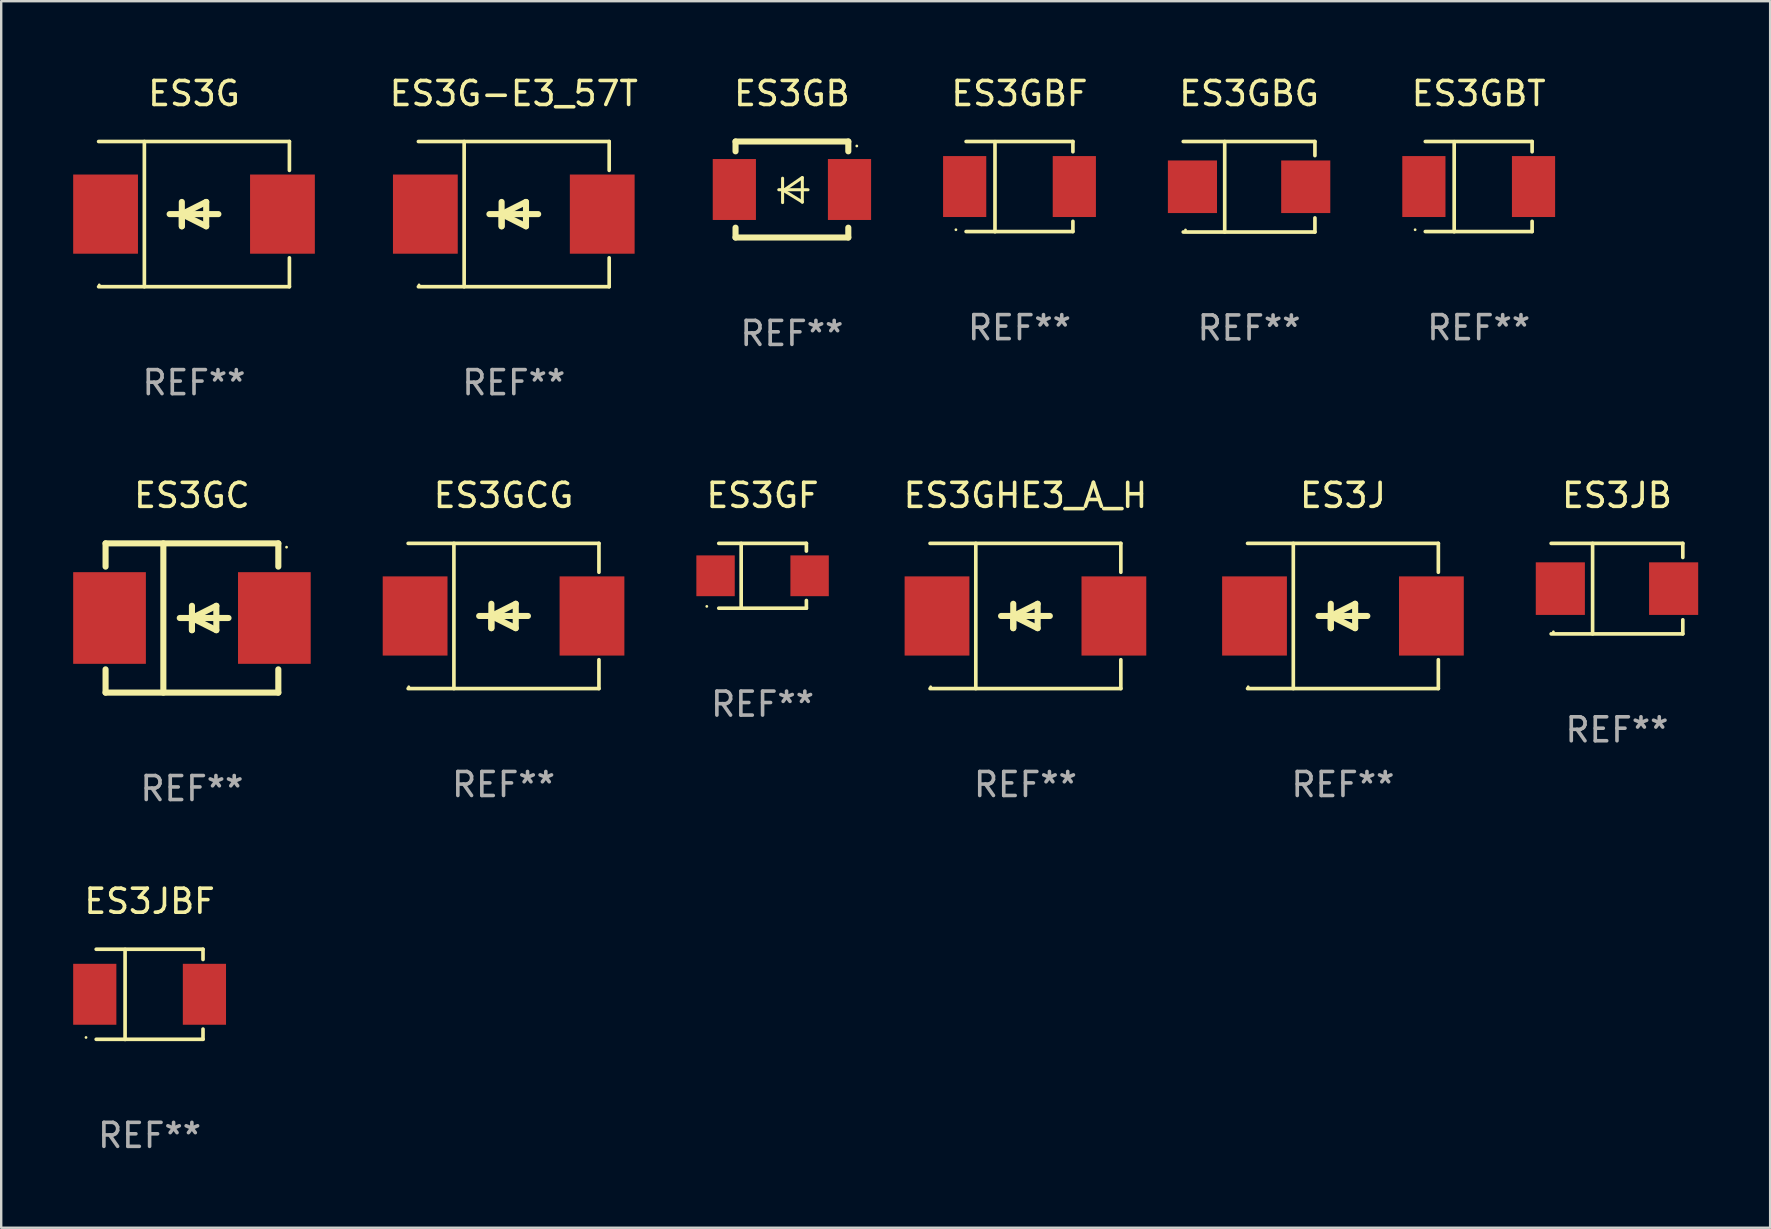
<source format=kicad_pcb>
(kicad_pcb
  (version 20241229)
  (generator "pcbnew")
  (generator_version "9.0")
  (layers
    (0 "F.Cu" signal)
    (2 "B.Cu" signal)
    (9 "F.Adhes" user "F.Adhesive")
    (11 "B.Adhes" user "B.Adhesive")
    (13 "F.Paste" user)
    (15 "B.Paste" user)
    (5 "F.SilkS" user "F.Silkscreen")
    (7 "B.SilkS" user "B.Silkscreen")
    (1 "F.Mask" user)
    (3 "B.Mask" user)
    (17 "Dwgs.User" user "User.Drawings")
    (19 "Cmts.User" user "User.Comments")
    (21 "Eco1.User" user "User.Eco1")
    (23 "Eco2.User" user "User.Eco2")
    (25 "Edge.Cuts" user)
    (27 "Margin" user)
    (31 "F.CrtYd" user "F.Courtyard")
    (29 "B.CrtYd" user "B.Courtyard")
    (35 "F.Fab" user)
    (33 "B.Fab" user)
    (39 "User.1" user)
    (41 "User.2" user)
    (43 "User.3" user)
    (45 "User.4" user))
  (footprint "ES3JB"
    (layer "F.Cu")
    (at 64.343 21.483)
    (property "Reference" "ES3JB" (at 0 -3.886 0) (layer "F.SilkS") (effects (font (size 1 1) (thickness 0.15))))
    (attr through_hole)
    (fp_line (start -2.744 -1.886) (end 2.744 -1.886) (stroke (width 0.152) (type solid)) (layer "F.SilkS"))
    (fp_line (start -2.744 1.886) (end 2.744 1.886) (stroke (width 0.152) (type solid)) (layer "F.SilkS"))
    (fp_line (start -1.016 -1.886) (end -1.016 1.886) (stroke (width 0.152) (type solid)) (layer "F.SilkS"))
    (fp_line (start 2.744 -1.886) (end 2.744 -1.299) (stroke (width 0.152) (type solid)) (layer "F.SilkS"))
    (fp_line (start 2.744 1.886) (end 2.744 1.299) (stroke (width 0.152) (type solid)) (layer "F.SilkS"))
    (fp_circle (center -2.65 1.8) (end -2.62 1.8) (stroke (width 0.06) (type solid)) (fill no) (layer "F.SilkS"))
    (fp_text user "REF**" (at 0 5.886 0) (layer "F.Fab") (effects (font (size 1 1) (thickness 0.15))))
    (pad "1" smd rect (at -2.361 0) (size 2.047 2.192) (layers "F.Cu" "F.Mask" "F.Paste"))
    (pad "2" smd rect (at 2.361 0) (size 2.047 2.192) (layers "F.Cu" "F.Mask" "F.Paste")))
  (footprint "ES3GC"
    (layer "F.Cu")
    (at 4.95 22.707)
    (property "Reference" "ES3GC" (at 0 -5.11 0) (layer "F.SilkS") (effects (font (size 1 1) (thickness 0.15))))
    (attr through_hole)
    (fp_line (start -3.6 -3.11) (end -3.6 -2.141) (stroke (width 0.254) (type solid)) (layer "F.SilkS"))
    (fp_line (start -3.6 -3.11) (end 3.6 -3.11) (stroke (width 0.254) (type solid)) (layer "F.SilkS"))
    (fp_line (start -3.6 2.141) (end -3.6 3.11) (stroke (width 0.254) (type solid)) (layer "F.SilkS"))
    (fp_line (start -3.6 3.11) (end 3.6 3.11) (stroke (width 0.254) (type solid)) (layer "F.SilkS"))
    (fp_line (start -1.192 -3.11) (end -1.192 3.11) (stroke (width 0.254) (type solid)) (layer "F.SilkS"))
    (fp_line (start 0 0) (end 0 0.508) (stroke (width 0.254) (type solid)) (layer "F.SilkS"))
    (fp_line (start 0 0) (end 1.016 0.508) (stroke (width 0.254) (type solid)) (layer "F.SilkS"))
    (fp_line (start 0 0.508) (end 0 -0.508) (stroke (width 0.254) (type solid)) (layer "F.SilkS"))
    (fp_line (start 1.016 -0.508) (end 0 0) (stroke (width 0.254) (type solid)) (layer "F.SilkS"))
    (fp_line (start 1.016 0.508) (end 1.016 -0.508) (stroke (width 0.254) (type solid)) (layer "F.SilkS"))
    (fp_line (start 1.524 0) (end -0.508 0) (stroke (width 0.254) (type solid)) (layer "F.SilkS"))
    (fp_line (start 3.6 -3.11) (end 3.6 -2.141) (stroke (width 0.254) (type solid)) (layer "F.SilkS"))
    (fp_line (start 3.6 2.141) (end 3.6 3.11) (stroke (width 0.254) (type solid)) (layer "F.SilkS"))
    (fp_circle (center 3.943 -2.952) (end 3.973 -2.952) (stroke (width 0.06) (type solid)) (fill no) (layer "F.SilkS"))
    (fp_text user "REF**" (at 0 7.11 0) (layer "F.Fab") (effects (font (size 1 1) (thickness 0.15))))
    (pad "1" smd rect (at 3.435 0 180) (size 3.03 3.82) (layers "F.Cu" "F.Mask" "F.Paste"))
    (pad "2" smd rect (at -3.435 0 180) (size 3.03 3.82) (layers "F.Cu" "F.Mask" "F.Paste")))
  (footprint "ES3GBF"
    (layer "F.Cu")
    (at 39.441 4.728)
    (property "Reference" "ES3GBF" (at 0 -3.88 0) (layer "F.SilkS") (effects (font (size 1 1) (thickness 0.15))))
    (attr through_hole)
    (fp_line (start -2.226 -1.88) (end 2.226 -1.88) (stroke (width 0.152) (type solid)) (layer "F.SilkS"))
    (fp_line (start -2.226 1.873) (end 2.226 1.873) (stroke (width 0.152) (type solid)) (layer "F.SilkS"))
    (fp_line (start -1.022 -1.873) (end -1.022 1.88) (stroke (width 0.152) (type solid)) (layer "F.SilkS"))
    (fp_line (start 2.226 -1.88) (end 2.226 -1.453) (stroke (width 0.152) (type solid)) (layer "F.SilkS"))
    (fp_line (start 2.226 1.447) (end 2.226 1.873) (stroke (width 0.152) (type solid)) (layer "F.SilkS"))
    (fp_circle (center -2.65 1.797) (end -2.62 1.797) (stroke (width 0.06) (type solid)) (fill no) (layer "F.SilkS"))
    (fp_text user "REF**" (at 0 5.88 0) (layer "F.Fab") (effects (font (size 1 1) (thickness 0.15))))
    (pad "1" smd rect (at -2.285 -0.003) (size 1.8 2.54) (layers "F.Cu" "F.Mask" "F.Paste"))
    (pad "2" smd rect (at 2.285 -0.003) (size 1.8 2.54) (layers "F.Cu" "F.Mask" "F.Paste")))
  (footprint "ES3G"
    (layer "F.Cu")
    (at 5.036 5.874)
    (property "Reference" "ES3G" (at 0 -5.026 0) (layer "F.SilkS") (effects (font (size 1 1) (thickness 0.15))))
    (attr through_hole)
    (fp_line (start -3.976 -3.026) (end 3.976 -3.026) (stroke (width 0.152) (type solid)) (layer "F.SilkS"))
    (fp_line (start -3.976 3.026) (end 3.976 3.026) (stroke (width 0.152) (type solid)) (layer "F.SilkS"))
    (fp_line (start -2.069 -3.026) (end -2.069 3.026) (stroke (width 0.152) (type solid)) (layer "F.SilkS"))
    (fp_line (start -0.508 0) (end -0.508 0.508) (stroke (width 0.254) (type solid)) (layer "F.SilkS"))
    (fp_line (start -0.508 0) (end 0.508 0.508) (stroke (width 0.254) (type solid)) (layer "F.SilkS"))
    (fp_line (start -0.508 0.508) (end -0.508 -0.508) (stroke (width 0.254) (type solid)) (layer "F.SilkS"))
    (fp_line (start 0.508 -0.508) (end -0.508 0) (stroke (width 0.254) (type solid)) (layer "F.SilkS"))
    (fp_line (start 0.508 0.508) (end 0.508 -0.508) (stroke (width 0.254) (type solid)) (layer "F.SilkS"))
    (fp_line (start 1.016 0) (end -1.016 0) (stroke (width 0.254) (type solid)) (layer "F.SilkS"))
    (fp_line (start 3.976 -3.026) (end 3.976 -1.823) (stroke (width 0.152) (type solid)) (layer "F.SilkS"))
    (fp_line (start 3.976 3.026) (end 3.976 1.823) (stroke (width 0.152) (type solid)) (layer "F.SilkS"))
    (fp_circle (center -3.95 2.95) (end -3.92 2.95) (stroke (width 0.06) (type solid)) (fill no) (layer "F.SilkS"))
    (fp_text user "REF**" (at 0 7.026 0) (layer "F.Fab") (effects (font (size 1 1) (thickness 0.15))))
    (pad "1" smd rect (at -3.686 0) (size 2.7 3.3) (layers "F.Cu" "F.Mask" "F.Paste"))
    (pad "2" smd rect (at 3.686 0) (size 2.7 3.3) (layers "F.Cu" "F.Mask" "F.Paste")))
  (footprint "ES3GHE3_A_H"
    (layer "F.Cu")
    (at 39.689 22.623)
    (property "Reference" "ES3GHE3_A_H" (at 0 -5.026 0) (layer "F.SilkS") (effects (font (size 1 1) (thickness 0.15))))
    (attr through_hole)
    (fp_line (start -3.976 -3.026) (end 3.976 -3.026) (stroke (width 0.152) (type solid)) (layer "F.SilkS"))
    (fp_line (start -3.976 3.026) (end 3.976 3.026) (stroke (width 0.152) (type solid)) (layer "F.SilkS"))
    (fp_line (start -2.069 -3.026) (end -2.069 3.026) (stroke (width 0.152) (type solid)) (layer "F.SilkS"))
    (fp_line (start -0.508 0) (end -0.508 0.508) (stroke (width 0.254) (type solid)) (layer "F.SilkS"))
    (fp_line (start -0.508 0) (end 0.508 0.508) (stroke (width 0.254) (type solid)) (layer "F.SilkS"))
    (fp_line (start -0.508 0.508) (end -0.508 -0.508) (stroke (width 0.254) (type solid)) (layer "F.SilkS"))
    (fp_line (start 0.508 -0.508) (end -0.508 0) (stroke (width 0.254) (type solid)) (layer "F.SilkS"))
    (fp_line (start 0.508 0.508) (end 0.508 -0.508) (stroke (width 0.254) (type solid)) (layer "F.SilkS"))
    (fp_line (start 1.016 0) (end -1.016 0) (stroke (width 0.254) (type solid)) (layer "F.SilkS"))
    (fp_line (start 3.976 -3.026) (end 3.976 -1.823) (stroke (width 0.152) (type solid)) (layer "F.SilkS"))
    (fp_line (start 3.976 3.026) (end 3.976 1.823) (stroke (width 0.152) (type solid)) (layer "F.SilkS"))
    (fp_circle (center -3.95 2.95) (end -3.92 2.95) (stroke (width 0.06) (type solid)) (fill no) (layer "F.SilkS"))
    (fp_text user "REF**" (at 0 7.026 0) (layer "F.Fab") (effects (font (size 1 1) (thickness 0.15))))
    (pad "1" smd rect (at -3.686 0) (size 2.7 3.3) (layers "F.Cu" "F.Mask" "F.Paste"))
    (pad "2" smd rect (at 3.686 0) (size 2.7 3.3) (layers "F.Cu" "F.Mask" "F.Paste")))
  (footprint "ES3GB"
    (layer "F.Cu")
    (at 29.956 4.848)
    (property "Reference" "ES3GB" (at 0 -4 0) (layer "F.SilkS") (effects (font (size 1 1) (thickness 0.15))))
    (attr through_hole)
    (fp_line (start -2.35 -2) (end -2.35 -1.591) (stroke (width 0.254) (type solid)) (layer "F.SilkS"))
    (fp_line (start -2.35 -2) (end 2.35 -2) (stroke (width 0.254) (type solid)) (layer "F.SilkS"))
    (fp_line (start -2.35 1.591) (end -2.35 2) (stroke (width 0.254) (type solid)) (layer "F.SilkS"))
    (fp_line (start -2.35 2) (end 2.35 2) (stroke (width 0.254) (type solid)) (layer "F.SilkS"))
    (fp_line (start -0.548 0.01) (end 0.671 0.01) (stroke (width 0.127) (type solid)) (layer "F.SilkS"))
    (fp_line (start -0.389 -0.47) (end -0.389 0.546) (stroke (width 0.127) (type solid)) (layer "F.SilkS"))
    (fp_line (start -0.35 0.04) (end 0.433 0.52) (stroke (width 0.127) (type solid)) (layer "F.SilkS"))
    (fp_line (start 0.433 -0.5) (end -0.35 0.04) (stroke (width 0.127) (type solid)) (layer "F.SilkS"))
    (fp_line (start 0.433 0.53) (end 0.433 -0.486) (stroke (width 0.127) (type solid)) (layer "F.SilkS"))
    (fp_line (start 2.35 -2) (end 2.35 -1.591) (stroke (width 0.254) (type solid)) (layer "F.SilkS"))
    (fp_line (start 2.35 1.591) (end 2.35 2) (stroke (width 0.254) (type solid)) (layer "F.SilkS"))
    (fp_circle (center 2.704 -1.813) (end 2.734 -1.813) (stroke (width 0.06) (type solid)) (fill no) (layer "F.SilkS"))
    (fp_text user "REF**" (at 0 6 0) (layer "F.Fab") (effects (font (size 1 1) (thickness 0.15))))
    (pad "1" smd rect (at 2.4 0) (size 1.8 2.54) (layers "F.Cu" "F.Mask" "F.Paste"))
    (pad "2" smd rect (at -2.4 0) (size 1.8 2.54) (layers "F.Cu" "F.Mask" "F.Paste")))
  (footprint "ES3GF"
    (layer "F.Cu")
    (at 28.733 20.948)
    (property "Reference" "ES3GF" (at 0 -3.351 0) (layer "F.SilkS") (effects (font (size 1 1) (thickness 0.15))))
    (attr through_hole)
    (fp_line (start -1.826 -1.351) (end 1.826 -1.351) (stroke (width 0.152) (type solid)) (layer "F.SilkS"))
    (fp_line (start -1.826 1.351) (end 1.826 1.351) (stroke (width 0.152) (type solid)) (layer "F.SilkS"))
    (fp_line (start -0.892 -1.351) (end -0.892 1.351) (stroke (width 0.152) (type solid)) (layer "F.SilkS"))
    (fp_line (start 1.826 -1.351) (end 1.826 -1.03) (stroke (width 0.152) (type solid)) (layer "F.SilkS"))
    (fp_line (start 1.826 1.03) (end 1.826 1.351) (stroke (width 0.152) (type solid)) (layer "F.SilkS"))
    (fp_circle (center -2.325 1.275) (end -2.295 1.275) (stroke (width 0.06) (type solid)) (fill no) (layer "F.SilkS"))
    (fp_text user "REF**" (at 0 5.351 0) (layer "F.Fab") (effects (font (size 1 1) (thickness 0.15))))
    (pad "1" smd rect (at -1.96 0 180) (size 1.6 1.7) (layers "F.Cu" "F.Mask" "F.Paste"))
    (pad "2" smd rect (at 1.96 0 180) (size 1.6 1.7) (layers "F.Cu" "F.Mask" "F.Paste")))
  (footprint "ES3J"
    (layer "F.Cu")
    (at 52.922 22.623)
    (property "Reference" "ES3J" (at 0 -5.026 0) (layer "F.SilkS") (effects (font (size 1 1) (thickness 0.15))))
    (attr through_hole)
    (fp_line (start -3.976 -3.026) (end 3.976 -3.026) (stroke (width 0.152) (type solid)) (layer "F.SilkS"))
    (fp_line (start -3.976 3.026) (end 3.976 3.026) (stroke (width 0.152) (type solid)) (layer "F.SilkS"))
    (fp_line (start -2.069 -3.026) (end -2.069 3.026) (stroke (width 0.152) (type solid)) (layer "F.SilkS"))
    (fp_line (start -0.508 0) (end -0.508 0.508) (stroke (width 0.254) (type solid)) (layer "F.SilkS"))
    (fp_line (start -0.508 0) (end 0.508 0.508) (stroke (width 0.254) (type solid)) (layer "F.SilkS"))
    (fp_line (start -0.508 0.508) (end -0.508 -0.508) (stroke (width 0.254) (type solid)) (layer "F.SilkS"))
    (fp_line (start 0.508 -0.508) (end -0.508 0) (stroke (width 0.254) (type solid)) (layer "F.SilkS"))
    (fp_line (start 0.508 0.508) (end 0.508 -0.508) (stroke (width 0.254) (type solid)) (layer "F.SilkS"))
    (fp_line (start 1.016 0) (end -1.016 0) (stroke (width 0.254) (type solid)) (layer "F.SilkS"))
    (fp_line (start 3.976 -3.026) (end 3.976 -1.823) (stroke (width 0.152) (type solid)) (layer "F.SilkS"))
    (fp_line (start 3.976 3.026) (end 3.976 1.823) (stroke (width 0.152) (type solid)) (layer "F.SilkS"))
    (fp_circle (center -3.95 2.95) (end -3.92 2.95) (stroke (width 0.06) (type solid)) (fill no) (layer "F.SilkS"))
    (fp_text user "REF**" (at 0 7.026 0) (layer "F.Fab") (effects (font (size 1 1) (thickness 0.15))))
    (pad "1" smd rect (at -3.686 0) (size 2.7 3.3) (layers "F.Cu" "F.Mask" "F.Paste"))
    (pad "2" smd rect (at 3.686 0) (size 2.7 3.3) (layers "F.Cu" "F.Mask" "F.Paste")))
  (footprint "ES3GCG"
    (layer "F.Cu")
    (at 17.937 22.623)
    (property "Reference" "ES3GCG" (at 0 -5.026 0) (layer "F.SilkS") (effects (font (size 1 1) (thickness 0.15))))
    (attr through_hole)
    (fp_line (start -3.976 -3.026) (end 3.976 -3.026) (stroke (width 0.152) (type solid)) (layer "F.SilkS"))
    (fp_line (start -3.976 3.026) (end 3.976 3.026) (stroke (width 0.152) (type solid)) (layer "F.SilkS"))
    (fp_line (start -2.069 -3.026) (end -2.069 3.026) (stroke (width 0.152) (type solid)) (layer "F.SilkS"))
    (fp_line (start -0.508 0) (end -0.508 0.508) (stroke (width 0.254) (type solid)) (layer "F.SilkS"))
    (fp_line (start -0.508 0) (end 0.508 0.508) (stroke (width 0.254) (type solid)) (layer "F.SilkS"))
    (fp_line (start -0.508 0.508) (end -0.508 -0.508) (stroke (width 0.254) (type solid)) (layer "F.SilkS"))
    (fp_line (start 0.508 -0.508) (end -0.508 0) (stroke (width 0.254) (type solid)) (layer "F.SilkS"))
    (fp_line (start 0.508 0.508) (end 0.508 -0.508) (stroke (width 0.254) (type solid)) (layer "F.SilkS"))
    (fp_line (start 1.016 0) (end -1.016 0) (stroke (width 0.254) (type solid)) (layer "F.SilkS"))
    (fp_line (start 3.976 -3.026) (end 3.976 -1.823) (stroke (width 0.152) (type solid)) (layer "F.SilkS"))
    (fp_line (start 3.976 3.026) (end 3.976 1.823) (stroke (width 0.152) (type solid)) (layer "F.SilkS"))
    (fp_circle (center -3.95 2.95) (end -3.92 2.95) (stroke (width 0.06) (type solid)) (fill no) (layer "F.SilkS"))
    (fp_text user "REF**" (at 0 7.026 0) (layer "F.Fab") (effects (font (size 1 1) (thickness 0.15))))
    (pad "1" smd rect (at -3.686 0) (size 2.7 3.3) (layers "F.Cu" "F.Mask" "F.Paste"))
    (pad "2" smd rect (at 3.686 0) (size 2.7 3.3) (layers "F.Cu" "F.Mask" "F.Paste")))
  (footprint "ES3GBG"
    (layer "F.Cu")
    (at 49.01 4.734)
    (property "Reference" "ES3GBG" (at 0 -3.886 0) (layer "F.SilkS") (effects (font (size 1 1) (thickness 0.15))))
    (attr through_hole)
    (fp_line (start -2.744 -1.886) (end 2.744 -1.886) (stroke (width 0.152) (type solid)) (layer "F.SilkS"))
    (fp_line (start -2.744 1.886) (end 2.744 1.886) (stroke (width 0.152) (type solid)) (layer "F.SilkS"))
    (fp_line (start -1.016 -1.886) (end -1.016 1.886) (stroke (width 0.152) (type solid)) (layer "F.SilkS"))
    (fp_line (start 2.744 -1.886) (end 2.744 -1.299) (stroke (width 0.152) (type solid)) (layer "F.SilkS"))
    (fp_line (start 2.744 1.886) (end 2.744 1.299) (stroke (width 0.152) (type solid)) (layer "F.SilkS"))
    (fp_circle (center -2.65 1.8) (end -2.62 1.8) (stroke (width 0.06) (type solid)) (fill no) (layer "F.SilkS"))
    (fp_text user "REF**" (at 0 5.886 0) (layer "F.Fab") (effects (font (size 1 1) (thickness 0.15))))
    (pad "1" smd rect (at -2.361 0) (size 2.047 2.192) (layers "F.Cu" "F.Mask" "F.Paste"))
    (pad "2" smd rect (at 2.361 0) (size 2.047 2.192) (layers "F.Cu" "F.Mask" "F.Paste")))
  (footprint "ES3G-E3_57T"
    (layer "F.Cu")
    (at 18.364 5.874)
    (property "Reference" "ES3G-E3_57T" (at 0 -5.026 0) (layer "F.SilkS") (effects (font (size 1 1) (thickness 0.15))))
    (attr through_hole)
    (fp_line (start -3.976 -3.026) (end 3.976 -3.026) (stroke (width 0.152) (type solid)) (layer "F.SilkS"))
    (fp_line (start -3.976 3.026) (end 3.976 3.026) (stroke (width 0.152) (type solid)) (layer "F.SilkS"))
    (fp_line (start -2.069 -3.026) (end -2.069 3.026) (stroke (width 0.152) (type solid)) (layer "F.SilkS"))
    (fp_line (start -0.508 0) (end -0.508 0.508) (stroke (width 0.254) (type solid)) (layer "F.SilkS"))
    (fp_line (start -0.508 0) (end 0.508 0.508) (stroke (width 0.254) (type solid)) (layer "F.SilkS"))
    (fp_line (start -0.508 0.508) (end -0.508 -0.508) (stroke (width 0.254) (type solid)) (layer "F.SilkS"))
    (fp_line (start 0.508 -0.508) (end -0.508 0) (stroke (width 0.254) (type solid)) (layer "F.SilkS"))
    (fp_line (start 0.508 0.508) (end 0.508 -0.508) (stroke (width 0.254) (type solid)) (layer "F.SilkS"))
    (fp_line (start 1.016 0) (end -1.016 0) (stroke (width 0.254) (type solid)) (layer "F.SilkS"))
    (fp_line (start 3.976 -3.026) (end 3.976 -1.823) (stroke (width 0.152) (type solid)) (layer "F.SilkS"))
    (fp_line (start 3.976 3.026) (end 3.976 1.823) (stroke (width 0.152) (type solid)) (layer "F.SilkS"))
    (fp_circle (center -3.95 2.95) (end -3.92 2.95) (stroke (width 0.06) (type solid)) (fill no) (layer "F.SilkS"))
    (fp_text user "REF**" (at 0 7.026 0) (layer "F.Fab") (effects (font (size 1 1) (thickness 0.15))))
    (pad "1" smd rect (at -3.686 0) (size 2.7 3.3) (layers "F.Cu" "F.Mask" "F.Paste"))
    (pad "2" smd rect (at 3.686 0) (size 2.7 3.3) (layers "F.Cu" "F.Mask" "F.Paste")))
  (footprint "ES3JBF"
    (layer "F.Cu")
    (at 3.185 38.393)
    (property "Reference" "ES3JBF" (at 0 -3.88 0) (layer "F.SilkS") (effects (font (size 1 1) (thickness 0.15))))
    (attr through_hole)
    (fp_line (start -2.226 -1.88) (end 2.226 -1.88) (stroke (width 0.152) (type solid)) (layer "F.SilkS"))
    (fp_line (start -2.226 1.873) (end 2.226 1.873) (stroke (width 0.152) (type solid)) (layer "F.SilkS"))
    (fp_line (start -1.022 -1.873) (end -1.022 1.88) (stroke (width 0.152) (type solid)) (layer "F.SilkS"))
    (fp_line (start 2.226 -1.88) (end 2.226 -1.453) (stroke (width 0.152) (type solid)) (layer "F.SilkS"))
    (fp_line (start 2.226 1.447) (end 2.226 1.873) (stroke (width 0.152) (type solid)) (layer "F.SilkS"))
    (fp_circle (center -2.65 1.797) (end -2.62 1.797) (stroke (width 0.06) (type solid)) (fill no) (layer "F.SilkS"))
    (fp_text user "REF**" (at 0 5.88 0) (layer "F.Fab") (effects (font (size 1 1) (thickness 0.15))))
    (pad "1" smd rect (at -2.285 -0.003) (size 1.8 2.54) (layers "F.Cu" "F.Mask" "F.Paste"))
    (pad "2" smd rect (at 2.285 -0.003) (size 1.8 2.54) (layers "F.Cu" "F.Mask" "F.Paste")))
  (footprint "ES3GBT"
    (layer "F.Cu")
    (at 58.58 4.728)
    (property "Reference" "ES3GBT" (at 0 -3.88 0) (layer "F.SilkS") (effects (font (size 1 1) (thickness 0.15))))
    (attr through_hole)
    (fp_line (start -2.226 -1.88) (end 2.226 -1.88) (stroke (width 0.152) (type solid)) (layer "F.SilkS"))
    (fp_line (start -2.226 1.873) (end 2.226 1.873) (stroke (width 0.152) (type solid)) (layer "F.SilkS"))
    (fp_line (start -1.022 -1.873) (end -1.022 1.88) (stroke (width 0.152) (type solid)) (layer "F.SilkS"))
    (fp_line (start 2.226 -1.88) (end 2.226 -1.453) (stroke (width 0.152) (type solid)) (layer "F.SilkS"))
    (fp_line (start 2.226 1.447) (end 2.226 1.873) (stroke (width 0.152) (type solid)) (layer "F.SilkS"))
    (fp_circle (center -2.65 1.797) (end -2.62 1.797) (stroke (width 0.06) (type solid)) (fill no) (layer "F.SilkS"))
    (fp_text user "REF**" (at 0 5.88 0) (layer "F.Fab") (effects (font (size 1 1) (thickness 0.15))))
    (pad "1" smd rect (at -2.285 -0.003) (size 1.8 2.54) (layers "F.Cu" "F.Mask" "F.Paste"))
    (pad "2" smd rect (at 2.285 -0.003) (size 1.8 2.54) (layers "F.Cu" "F.Mask" "F.Paste")))
  (gr_rect
    (start -3 -3)
    (end 70.727 48.121)
    (stroke (width 0.1) (type default))
    (fill no)
    (layer "Edge.Cuts")))
</source>
